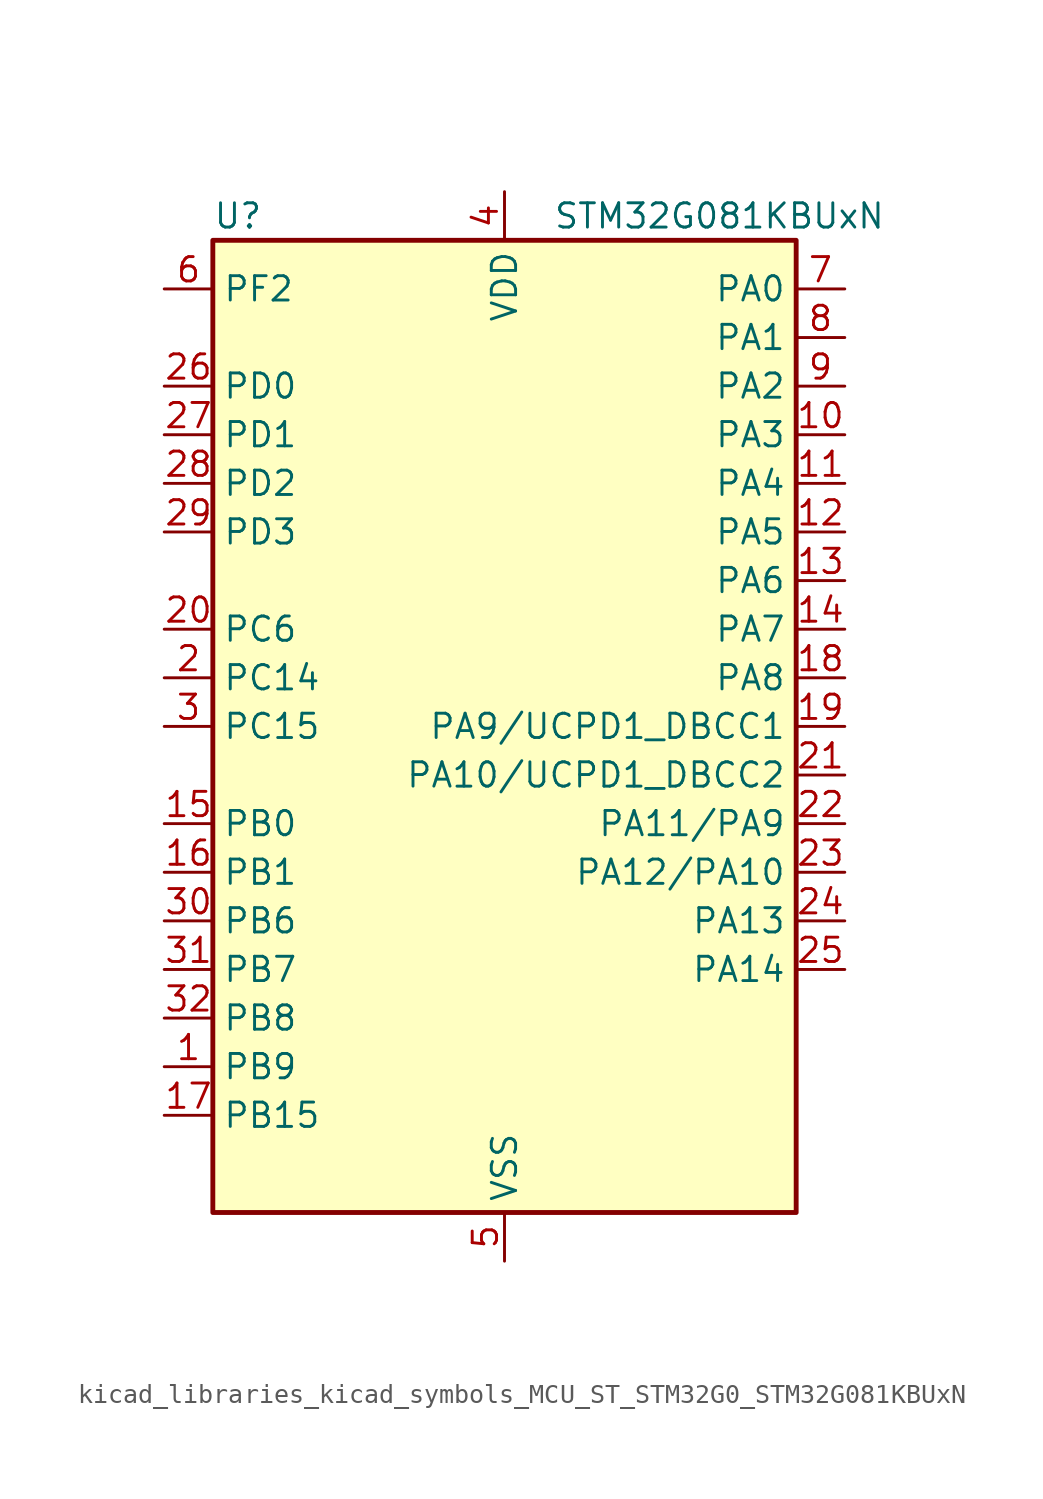
<source format=kicad_sym>
(kicad_symbol_lib
  (version 20220914)
  (generator kicad_symbol_editor)
  (symbol "kicad_libraries_kicad_symbols_MCU_ST_STM32G0_STM32G081KBUxN"
    (property "Reference" "U"
      (at -15.24 26.67 0)
      (effects (font (size 1.27 1.27)) (justify left)))
    (property "Value" "STM32G081KBUxN"
      (at 2.54 26.67 0)
      (effects (font (size 1.27 1.27)) (justify left)))
    (property "ki_locked" ""
      (at 0 0 0)
      (effects (font (size 1.27 1.27))))
    (symbol "kicad_libraries_kicad_symbols_MCU_ST_STM32G0_STM32G081KBUxN_0_1"
      (rectangle (start -15.24 -25.4) (end 15.24 25.4) (stroke (width 0.254) (type default)) (fill (type background))))
    (symbol "kicad_libraries_kicad_symbols_MCU_ST_STM32G0_STM32G081KBUxN_1_1"
      (pin bidirectional line (at -17.78 -17.78 0) (length 2.54) (name "PB9" (effects (font (size 1.27 1.27)))) (number "1" (effects (font (size 1.27 1.27)))) (alternate "DAC1_EXTI9" bidirectional line) (alternate "I2C1_SDA" bidirectional line) (alternate "IR_OUT" bidirectional line) (alternate "SPI2_NSS" bidirectional line) (alternate "TIM17_CH1" bidirectional line) (alternate "UCPD2_FRSTX1" bidirectional line) (alternate "UCPD2_FRSTX2" bidirectional line) (alternate "USART3_RX" bidirectional line))
      (pin bidirectional line (at 17.78 15.24 180) (length 2.54) (name "PA3" (effects (font (size 1.27 1.27)))) (number "10" (effects (font (size 1.27 1.27)))) (alternate "ADC1_IN3" bidirectional line) (alternate "COMP2_INP" bidirectional line) (alternate "LPUART1_RX" bidirectional line) (alternate "SPI2_MISO" bidirectional line) (alternate "TIM15_CH2" bidirectional line) (alternate "TIM2_CH4" bidirectional line) (alternate "UCPD2_FRSTX1" bidirectional line) (alternate "UCPD2_FRSTX2" bidirectional line) (alternate "USART2_RX" bidirectional line))
      (pin bidirectional line (at 17.78 12.7 180) (length 2.54) (name "PA4" (effects (font (size 1.27 1.27)))) (number "11" (effects (font (size 1.27 1.27)))) (alternate "ADC1_IN4" bidirectional line) (alternate "DAC1_OUT1" bidirectional line) (alternate "I2S1_WS" bidirectional line) (alternate "LPTIM2_OUT" bidirectional line) (alternate "RTC_OUT_ALARM" bidirectional line) (alternate "RTC_OUT_CALIB" bidirectional line) (alternate "RTC_TAMP_IN1" bidirectional line) (alternate "RTC_TS" bidirectional line) (alternate "SPI1_NSS" bidirectional line) (alternate "SPI2_MOSI" bidirectional line) (alternate "SYS_WKUP2" bidirectional line) (alternate "TIM14_CH1" bidirectional line) (alternate "UCPD2_FRSTX1" bidirectional line) (alternate "UCPD2_FRSTX2" bidirectional line))
      (pin bidirectional line (at 17.78 10.16 180) (length 2.54) (name "PA5" (effects (font (size 1.27 1.27)))) (number "12" (effects (font (size 1.27 1.27)))) (alternate "ADC1_IN5" bidirectional line) (alternate "CEC" bidirectional line) (alternate "DAC1_OUT2" bidirectional line) (alternate "I2S1_CK" bidirectional line) (alternate "LPTIM2_ETR" bidirectional line) (alternate "SPI1_SCK" bidirectional line) (alternate "TIM2_CH1" bidirectional line) (alternate "TIM2_ETR" bidirectional line) (alternate "UCPD1_FRSTX1" bidirectional line) (alternate "UCPD1_FRSTX2" bidirectional line) (alternate "USART3_TX" bidirectional line))
      (pin bidirectional line (at 17.78 7.62 180) (length 2.54) (name "PA6" (effects (font (size 1.27 1.27)))) (number "13" (effects (font (size 1.27 1.27)))) (alternate "ADC1_IN6" bidirectional line) (alternate "COMP1_OUT" bidirectional line) (alternate "I2S1_MCK" bidirectional line) (alternate "LPUART1_CTS" bidirectional line) (alternate "SPI1_MISO" bidirectional line) (alternate "TIM16_CH1" bidirectional line) (alternate "TIM1_BK" bidirectional line) (alternate "TIM3_CH1" bidirectional line) (alternate "USART3_CTS" bidirectional line) (alternate "USART3_NSS" bidirectional line))
      (pin bidirectional line (at 17.78 5.08 180) (length 2.54) (name "PA7" (effects (font (size 1.27 1.27)))) (number "14" (effects (font (size 1.27 1.27)))) (alternate "ADC1_IN7" bidirectional line) (alternate "COMP2_OUT" bidirectional line) (alternate "I2S1_SD" bidirectional line) (alternate "SPI1_MOSI" bidirectional line) (alternate "TIM14_CH1" bidirectional line) (alternate "TIM17_CH1" bidirectional line) (alternate "TIM1_CH1N" bidirectional line) (alternate "TIM3_CH2" bidirectional line) (alternate "UCPD1_FRSTX1" bidirectional line) (alternate "UCPD1_FRSTX2" bidirectional line))
      (pin bidirectional line (at -17.78 -5.08 0) (length 2.54) (name "PB0" (effects (font (size 1.27 1.27)))) (number "15" (effects (font (size 1.27 1.27)))) (alternate "ADC1_IN8" bidirectional line) (alternate "COMP1_OUT" bidirectional line) (alternate "I2S1_WS" bidirectional line) (alternate "LPTIM1_OUT" bidirectional line) (alternate "SPI1_NSS" bidirectional line) (alternate "TIM1_CH2N" bidirectional line) (alternate "TIM3_CH3" bidirectional line) (alternate "UCPD1_FRSTX1" bidirectional line) (alternate "UCPD1_FRSTX2" bidirectional line) (alternate "USART3_RX" bidirectional line))
      (pin bidirectional line (at -17.78 -7.62 0) (length 2.54) (name "PB1" (effects (font (size 1.27 1.27)))) (number "16" (effects (font (size 1.27 1.27)))) (alternate "ADC1_IN9" bidirectional line) (alternate "COMP1_INM" bidirectional line) (alternate "LPTIM2_IN1" bidirectional line) (alternate "LPUART1_DE" bidirectional line) (alternate "LPUART1_RTS" bidirectional line) (alternate "TIM14_CH1" bidirectional line) (alternate "TIM1_CH3N" bidirectional line) (alternate "TIM3_CH4" bidirectional line) (alternate "USART3_CK" bidirectional line) (alternate "USART3_DE" bidirectional line) (alternate "USART3_RTS" bidirectional line))
      (pin bidirectional line (at -17.78 -20.32 0) (length 2.54) (name "PB15" (effects (font (size 1.27 1.27)))) (number "17" (effects (font (size 1.27 1.27)))) (alternate "RTC_REFIN" bidirectional line) (alternate "SPI2_MOSI" bidirectional line) (alternate "TIM15_CH1N" bidirectional line) (alternate "TIM15_CH2" bidirectional line) (alternate "TIM1_CH3N" bidirectional line) (alternate "UCPD1_CC2" bidirectional line))
      (pin bidirectional line (at 17.78 2.54 180) (length 2.54) (name "PA8" (effects (font (size 1.27 1.27)))) (number "18" (effects (font (size 1.27 1.27)))) (alternate "LPTIM2_OUT" bidirectional line) (alternate "RCC_MCO" bidirectional line) (alternate "SPI2_NSS" bidirectional line) (alternate "TIM1_CH1" bidirectional line) (alternate "UCPD1_CC1" bidirectional line))
      (pin bidirectional line (at 17.78 0 180) (length 2.54) (name "PA9/UCPD1_DBCC1" (effects (font (size 1.27 1.27)))) (number "19" (effects (font (size 1.27 1.27)))) (alternate "DAC1_EXTI9" bidirectional line) (alternate "I2C1_SCL" bidirectional line) (alternate "RCC_MCO" bidirectional line) (alternate "SPI2_MISO" bidirectional line) (alternate "TIM15_BK" bidirectional line) (alternate "TIM1_CH2" bidirectional line) (alternate "UCPD1_DBCC1" bidirectional line) (alternate "USART1_TX" bidirectional line))
      (pin bidirectional line (at -17.78 2.54 0) (length 2.54) (name "PC14" (effects (font (size 1.27 1.27)))) (number "2" (effects (font (size 1.27 1.27)))) (alternate "RCC_OSC32_IN" bidirectional line) (alternate "RCC_OSC_IN" bidirectional line) (alternate "TIM1_BK2" bidirectional line))
      (pin bidirectional line (at -17.78 5.08 0) (length 2.54) (name "PC6" (effects (font (size 1.27 1.27)))) (number "20" (effects (font (size 1.27 1.27)))) (alternate "TIM2_CH3" bidirectional line) (alternate "TIM3_CH1" bidirectional line) (alternate "UCPD1_FRSTX1" bidirectional line) (alternate "UCPD1_FRSTX2" bidirectional line))
      (pin bidirectional line (at 17.78 -2.54 180) (length 2.54) (name "PA10/UCPD1_DBCC2" (effects (font (size 1.27 1.27)))) (number "21" (effects (font (size 1.27 1.27)))) (alternate "I2C1_SDA" bidirectional line) (alternate "SPI2_MOSI" bidirectional line) (alternate "TIM17_BK" bidirectional line) (alternate "TIM1_CH3" bidirectional line) (alternate "UCPD1_DBCC2" bidirectional line) (alternate "USART1_RX" bidirectional line))
      (pin bidirectional line (at 17.78 -5.08 180) (length 2.54) (name "PA11/PA9" (effects (font (size 1.27 1.27)))) (number "22" (effects (font (size 1.27 1.27)))) (alternate "ADC1_EXTI11" bidirectional line) (alternate "COMP1_OUT" bidirectional line) (alternate "I2C2_SCL" bidirectional line) (alternate "I2S1_MCK" bidirectional line) (alternate "SPI1_MISO" bidirectional line) (alternate "TIM1_BK2" bidirectional line) (alternate "TIM1_CH4" bidirectional line) (alternate "USART1_CTS" bidirectional line) (alternate "USART1_NSS" bidirectional line))
      (pin bidirectional line (at 17.78 -7.62 180) (length 2.54) (name "PA12/PA10" (effects (font (size 1.27 1.27)))) (number "23" (effects (font (size 1.27 1.27)))) (alternate "COMP2_OUT" bidirectional line) (alternate "I2C2_SDA" bidirectional line) (alternate "I2S1_SD" bidirectional line) (alternate "I2S_CKIN" bidirectional line) (alternate "SPI1_MOSI" bidirectional line) (alternate "TIM1_ETR" bidirectional line) (alternate "USART1_CK" bidirectional line) (alternate "USART1_DE" bidirectional line) (alternate "USART1_RTS" bidirectional line))
      (pin bidirectional line (at 17.78 -10.16 180) (length 2.54) (name "PA13" (effects (font (size 1.27 1.27)))) (number "24" (effects (font (size 1.27 1.27)))) (alternate "IR_OUT" bidirectional line) (alternate "SYS_SWDIO" bidirectional line))
      (pin bidirectional line (at 17.78 -12.7 180) (length 2.54) (name "PA14" (effects (font (size 1.27 1.27)))) (number "25" (effects (font (size 1.27 1.27)))) (alternate "SYS_SWCLK" bidirectional line) (alternate "USART2_TX" bidirectional line))
      (pin bidirectional line (at -17.78 17.78 0) (length 2.54) (name "PD0" (effects (font (size 1.27 1.27)))) (number "26" (effects (font (size 1.27 1.27)))) (alternate "SPI2_NSS" bidirectional line) (alternate "TIM16_CH1" bidirectional line) (alternate "UCPD2_CC1" bidirectional line))
      (pin bidirectional line (at -17.78 15.24 0) (length 2.54) (name "PD1" (effects (font (size 1.27 1.27)))) (number "27" (effects (font (size 1.27 1.27)))) (alternate "SPI2_SCK" bidirectional line) (alternate "TIM17_CH1" bidirectional line) (alternate "UCPD2_DBCC1" bidirectional line))
      (pin bidirectional line (at -17.78 12.7 0) (length 2.54) (name "PD2" (effects (font (size 1.27 1.27)))) (number "28" (effects (font (size 1.27 1.27)))) (alternate "TIM1_CH1N" bidirectional line) (alternate "TIM3_ETR" bidirectional line) (alternate "UCPD2_CC2" bidirectional line) (alternate "USART3_CK" bidirectional line) (alternate "USART3_DE" bidirectional line) (alternate "USART3_RTS" bidirectional line))
      (pin bidirectional line (at -17.78 10.16 0) (length 2.54) (name "PD3" (effects (font (size 1.27 1.27)))) (number "29" (effects (font (size 1.27 1.27)))) (alternate "SPI2_MISO" bidirectional line) (alternate "TIM1_CH2N" bidirectional line) (alternate "UCPD2_DBCC2" bidirectional line) (alternate "USART2_CTS" bidirectional line) (alternate "USART2_NSS" bidirectional line))
      (pin bidirectional line (at -17.78 0 0) (length 2.54) (name "PC15" (effects (font (size 1.27 1.27)))) (number "3" (effects (font (size 1.27 1.27)))) (alternate "RCC_OSC32_EN" bidirectional line) (alternate "RCC_OSC32_OUT" bidirectional line) (alternate "RCC_OSC_EN" bidirectional line) (alternate "TIM15_BK" bidirectional line))
      (pin bidirectional line (at -17.78 -10.16 0) (length 2.54) (name "PB6" (effects (font (size 1.27 1.27)))) (number "30" (effects (font (size 1.27 1.27)))) (alternate "COMP2_INP" bidirectional line) (alternate "I2C1_SCL" bidirectional line) (alternate "LPTIM1_ETR" bidirectional line) (alternate "SPI2_MISO" bidirectional line) (alternate "TIM16_CH1N" bidirectional line) (alternate "TIM1_CH3" bidirectional line) (alternate "USART1_TX" bidirectional line))
      (pin bidirectional line (at -17.78 -12.7 0) (length 2.54) (name "PB7" (effects (font (size 1.27 1.27)))) (number "31" (effects (font (size 1.27 1.27)))) (alternate "COMP2_INM" bidirectional line) (alternate "I2C1_SDA" bidirectional line) (alternate "LPTIM1_IN2" bidirectional line) (alternate "SPI2_MOSI" bidirectional line) (alternate "SYS_PVD_IN" bidirectional line) (alternate "TIM17_CH1N" bidirectional line) (alternate "USART1_RX" bidirectional line) (alternate "USART4_CTS" bidirectional line) (alternate "USART4_NSS" bidirectional line))
      (pin bidirectional line (at -17.78 -15.24 0) (length 2.54) (name "PB8" (effects (font (size 1.27 1.27)))) (number "32" (effects (font (size 1.27 1.27)))) (alternate "CEC" bidirectional line) (alternate "I2C1_SCL" bidirectional line) (alternate "SPI2_SCK" bidirectional line) (alternate "TIM15_BK" bidirectional line) (alternate "TIM16_CH1" bidirectional line) (alternate "USART3_TX" bidirectional line))
      (pin passive line (at 0 -27.94 90) (length 2.54) hide (name "VSS" (effects (font (size 1.27 1.27)))) (number "33" (effects (font (size 1.27 1.27)))))
      (pin power_in line (at 0 27.94 270) (length 2.54) (name "VDD" (effects (font (size 1.27 1.27)))) (number "4" (effects (font (size 1.27 1.27)))))
      (pin power_in line (at 0 -27.94 90) (length 2.54) (name "VSS" (effects (font (size 1.27 1.27)))) (number "5" (effects (font (size 1.27 1.27)))))
      (pin bidirectional line (at -17.78 22.86 0) (length 2.54) (name "PF2" (effects (font (size 1.27 1.27)))) (number "6" (effects (font (size 1.27 1.27)))) (alternate "RCC_MCO" bidirectional line))
      (pin bidirectional line (at 17.78 22.86 180) (length 2.54) (name "PA0" (effects (font (size 1.27 1.27)))) (number "7" (effects (font (size 1.27 1.27)))) (alternate "ADC1_IN0" bidirectional line) (alternate "COMP1_INM" bidirectional line) (alternate "COMP1_OUT" bidirectional line) (alternate "LPTIM1_OUT" bidirectional line) (alternate "RTC_TAMP_IN2" bidirectional line) (alternate "SPI2_SCK" bidirectional line) (alternate "SYS_WKUP1" bidirectional line) (alternate "TIM2_CH1" bidirectional line) (alternate "TIM2_ETR" bidirectional line) (alternate "UCPD2_FRSTX1" bidirectional line) (alternate "UCPD2_FRSTX2" bidirectional line) (alternate "USART2_CTS" bidirectional line) (alternate "USART2_NSS" bidirectional line) (alternate "USART4_TX" bidirectional line))
      (pin bidirectional line (at 17.78 20.32 180) (length 2.54) (name "PA1" (effects (font (size 1.27 1.27)))) (number "8" (effects (font (size 1.27 1.27)))) (alternate "ADC1_IN1" bidirectional line) (alternate "COMP1_INP" bidirectional line) (alternate "I2C1_SMBA" bidirectional line) (alternate "I2S1_CK" bidirectional line) (alternate "SPI1_SCK" bidirectional line) (alternate "TIM15_CH1N" bidirectional line) (alternate "TIM2_CH2" bidirectional line) (alternate "USART2_CK" bidirectional line) (alternate "USART2_DE" bidirectional line) (alternate "USART2_RTS" bidirectional line) (alternate "USART4_RX" bidirectional line))
      (pin bidirectional line (at 17.78 17.78 180) (length 2.54) (name "PA2" (effects (font (size 1.27 1.27)))) (number "9" (effects (font (size 1.27 1.27)))) (alternate "ADC1_IN2" bidirectional line) (alternate "COMP2_INM" bidirectional line) (alternate "COMP2_OUT" bidirectional line) (alternate "I2S1_SD" bidirectional line) (alternate "LPUART1_TX" bidirectional line) (alternate "RCC_LSCO" bidirectional line) (alternate "SPI1_MOSI" bidirectional line) (alternate "SYS_WKUP4" bidirectional line) (alternate "TIM15_CH1" bidirectional line) (alternate "TIM2_CH3" bidirectional line) (alternate "UCPD1_FRSTX1" bidirectional line) (alternate "UCPD1_FRSTX2" bidirectional line) (alternate "USART2_TX" bidirectional line)))))
</source>
